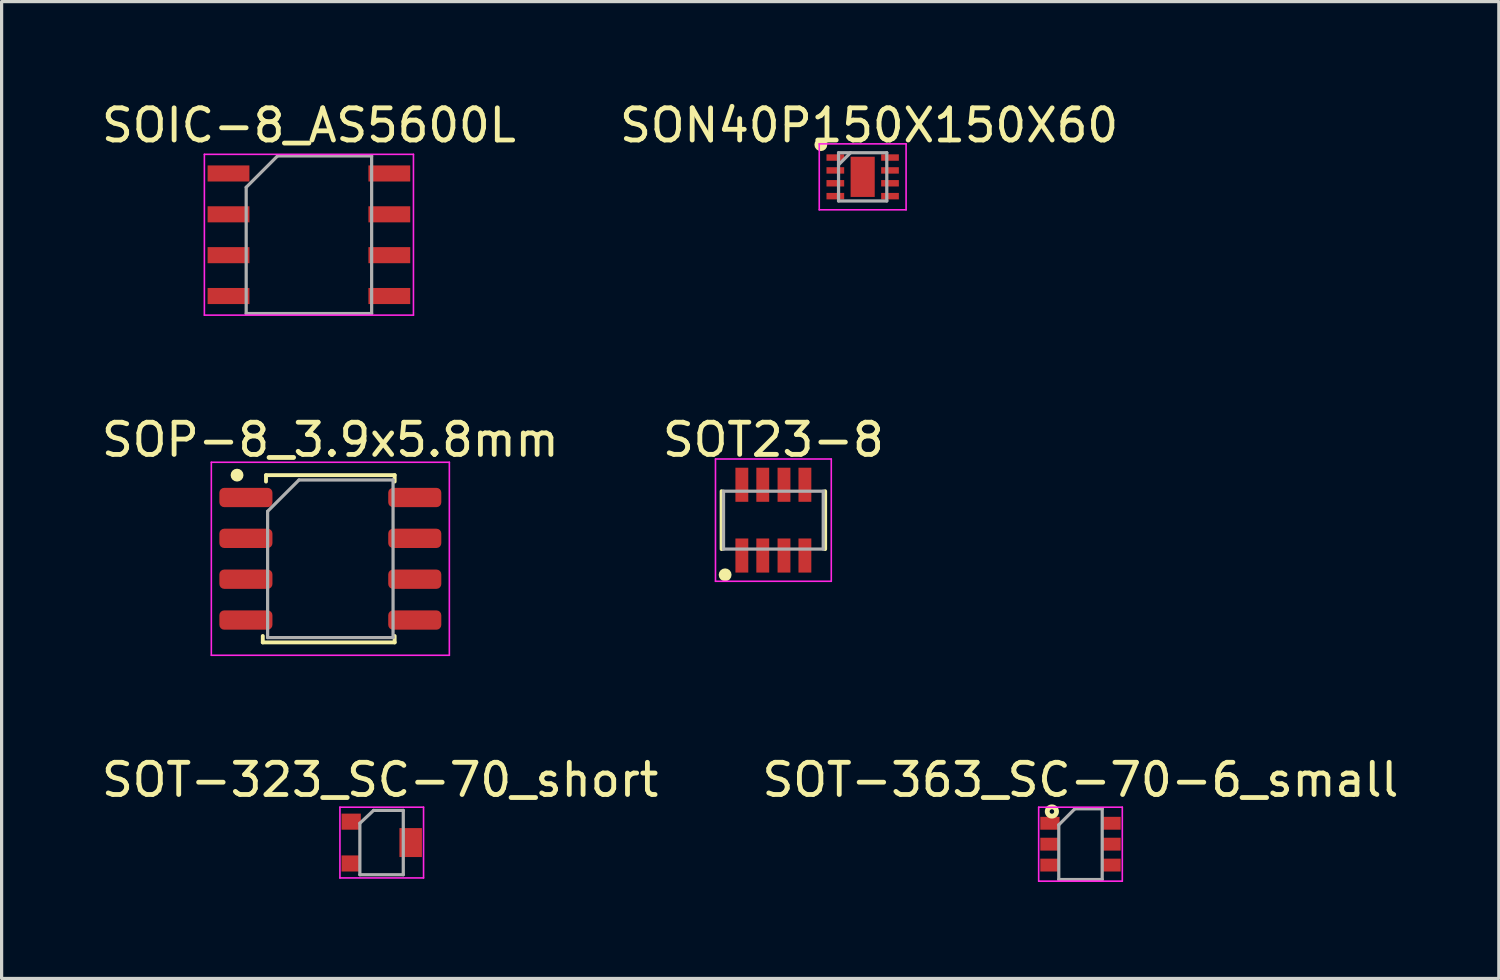
<source format=kicad_pcb>
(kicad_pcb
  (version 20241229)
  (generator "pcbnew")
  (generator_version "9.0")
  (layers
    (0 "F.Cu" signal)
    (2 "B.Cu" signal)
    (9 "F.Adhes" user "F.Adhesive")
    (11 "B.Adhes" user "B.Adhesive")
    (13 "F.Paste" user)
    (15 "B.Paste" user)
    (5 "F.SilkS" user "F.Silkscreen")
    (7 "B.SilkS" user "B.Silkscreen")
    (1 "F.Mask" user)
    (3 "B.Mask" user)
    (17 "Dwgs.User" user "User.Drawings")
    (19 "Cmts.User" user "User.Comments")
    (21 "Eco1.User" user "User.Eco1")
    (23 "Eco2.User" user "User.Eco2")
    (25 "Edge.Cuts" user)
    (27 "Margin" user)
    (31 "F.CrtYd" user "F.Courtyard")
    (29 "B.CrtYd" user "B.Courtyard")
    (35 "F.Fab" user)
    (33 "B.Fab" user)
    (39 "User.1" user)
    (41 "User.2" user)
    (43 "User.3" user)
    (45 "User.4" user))
  (footprint "SOP-8_3.9x5.8mm"
    (layer "F.Cu")
    (at 7.22 14.322)
    (property "Reference" "SOP-8_3.9x5.8mm" (at 0 -3.7 0) (layer "F.SilkS") (effects (font (size 1 1) (thickness 0.15))))
    (attr smd)
    (fp_line (start -2.1 2.4) (end -2.1 2.6) (stroke (width 0.12) (type solid)) (layer "F.SilkS"))
    (fp_line (start -2.1 2.6) (end 2 2.6) (stroke (width 0.12) (type solid)) (layer "F.SilkS"))
    (fp_line (start -2 -2.6) (end -2 -2.4) (stroke (width 0.12) (type solid)) (layer "F.SilkS"))
    (fp_line (start -2 -2.6) (end 2 -2.6) (stroke (width 0.12) (type solid)) (layer "F.SilkS"))
    (fp_line (start 2 -2.6) (end 2 -2.4) (stroke (width 0.12) (type solid)) (layer "F.SilkS"))
    (fp_line (start 2 2.6) (end 2 2.4) (stroke (width 0.12) (type solid)) (layer "F.SilkS"))
    (fp_circle (center -2.9 -2.6) (end -2.8 -2.6) (stroke (width 0.2) (type solid)) (fill no) (layer "F.SilkS"))
    (fp_line (start -3.7 -3) (end -3.7 3) (stroke (width 0.05) (type solid)) (layer "F.CrtYd"))
    (fp_line (start -3.7 3) (end 3.7 3) (stroke (width 0.05) (type solid)) (layer "F.CrtYd"))
    (fp_line (start 3.7 -3) (end -3.7 -3) (stroke (width 0.05) (type solid)) (layer "F.CrtYd"))
    (fp_line (start 3.7 3) (end 3.7 -3) (stroke (width 0.05) (type solid)) (layer "F.CrtYd"))
    (fp_line (start -1.95 -1.475) (end -0.975 -2.45) (stroke (width 0.1) (type solid)) (layer "F.Fab"))
    (fp_line (start -1.95 2.45) (end -1.95 -1.475) (stroke (width 0.1) (type solid)) (layer "F.Fab"))
    (fp_line (start -0.975 -2.45) (end 1.95 -2.45) (stroke (width 0.1) (type solid)) (layer "F.Fab"))
    (fp_line (start 1.95 -2.45) (end 1.95 2.45) (stroke (width 0.1) (type solid)) (layer "F.Fab"))
    (fp_line (start 1.95 2.45) (end -1.95 2.45) (stroke (width 0.1) (type solid)) (layer "F.Fab"))
    (pad "1" smd roundrect (at -2.625 -1.905) (size 1.65 0.6) (layers "F.Cu" "F.Mask" "F.Paste") (roundrect_rratio 0.25))
    (pad "2" smd roundrect (at -2.625 -0.635) (size 1.65 0.6) (layers "F.Cu" "F.Mask" "F.Paste") (roundrect_rratio 0.25))
    (pad "3" smd roundrect (at -2.625 0.635) (size 1.65 0.6) (layers "F.Cu" "F.Mask" "F.Paste") (roundrect_rratio 0.25))
    (pad "4" smd roundrect (at -2.625 1.905) (size 1.65 0.6) (layers "F.Cu" "F.Mask" "F.Paste") (roundrect_rratio 0.25))
    (pad "5" smd roundrect (at 2.625 1.905) (size 1.65 0.6) (layers "F.Cu" "F.Mask" "F.Paste") (roundrect_rratio 0.25))
    (pad "6" smd roundrect (at 2.625 0.635) (size 1.65 0.6) (layers "F.Cu" "F.Mask" "F.Paste") (roundrect_rratio 0.25))
    (pad "7" smd roundrect (at 2.625 -0.635) (size 1.65 0.6) (layers "F.Cu" "F.Mask" "F.Paste") (roundrect_rratio 0.25))
    (pad "8" smd roundrect (at 2.625 -1.905) (size 1.65 0.6) (layers "F.Cu" "F.Mask" "F.Paste") (roundrect_rratio 0.25)))
  (footprint "SON40P150X150X60"
    (layer "F.Cu")
    (at 23.77 2.448)
    (property "Reference" "SON40P150X150X60" (at 0.2 -1.6 0) (layer "F.SilkS") (effects (font (size 1 1) (thickness 0.15))))
    (attr smd)
    (fp_circle (center -1.3 -1) (end -1.2 -1) (stroke (width 0.2) (type solid)) (fill no) (layer "F.SilkS"))
    (fp_line (start -1.35 -1.025) (end 1.35 -1.025) (stroke (width 0.05) (type solid)) (layer "F.CrtYd"))
    (fp_line (start -1.35 1.025) (end -1.35 -1.025) (stroke (width 0.05) (type solid)) (layer "F.CrtYd"))
    (fp_line (start 1.35 -1.025) (end 1.35 1.025) (stroke (width 0.05) (type solid)) (layer "F.CrtYd"))
    (fp_line (start 1.35 1.025) (end -1.35 1.025) (stroke (width 0.05) (type solid)) (layer "F.CrtYd"))
    (fp_line (start -0.75 -0.75) (end 0.75 -0.75) (stroke (width 0.1) (type solid)) (layer "F.Fab"))
    (fp_line (start -0.75 -0.375) (end -0.375 -0.75) (stroke (width 0.1) (type solid)) (layer "F.Fab"))
    (fp_line (start -0.75 0.75) (end -0.75 -0.75) (stroke (width 0.1) (type solid)) (layer "F.Fab"))
    (fp_line (start 0.75 -0.75) (end 0.75 0.75) (stroke (width 0.1) (type solid)) (layer "F.Fab"))
    (fp_line (start 0.75 0.75) (end -0.75 0.75) (stroke (width 0.1) (type solid)) (layer "F.Fab"))
    (pad "1" smd rect (at -0.85 -0.6 90) (size 0.2 0.55) (layers "F.Cu" "F.Mask" "F.Paste"))
    (pad "2" smd rect (at -0.85 -0.2 90) (size 0.2 0.55) (layers "F.Cu" "F.Mask" "F.Paste"))
    (pad "3" smd rect (at -0.85 0.2 90) (size 0.2 0.55) (layers "F.Cu" "F.Mask" "F.Paste"))
    (pad "4" smd rect (at -0.85 0.6 90) (size 0.2 0.55) (layers "F.Cu" "F.Mask" "F.Paste"))
    (pad "5" smd rect (at 0.85 0.6 90) (size 0.2 0.55) (layers "F.Cu" "F.Mask" "F.Paste"))
    (pad "6" smd rect (at 0.85 0.2 90) (size 0.2 0.55) (layers "F.Cu" "F.Mask" "F.Paste"))
    (pad "7" smd rect (at 0.85 -0.2 90) (size 0.2 0.55) (layers "F.Cu" "F.Mask" "F.Paste"))
    (pad "8" smd rect (at 0.85 -0.6 90) (size 0.2 0.55) (layers "F.Cu" "F.Mask" "F.Paste"))
    (pad "9" smd rect (at 0 0) (size 0.75 1.25) (layers "F.Cu" "F.Mask" "F.Paste")))
  (footprint "SOT-363_SC-70-6_small"
    (layer "F.Cu")
    (at 30.542 23.195)
    (property "Reference" "SOT-363_SC-70-6_small" (at 0 -2 0) (layer "F.SilkS") (effects (font (size 1 1) (thickness 0.15))))
    (attr smd)
    (fp_circle (center -0.889 -1.016) (end -0.819 -1.016) (stroke (width 0.15) (type solid)) (fill no) (layer "F.SilkS"))
    (fp_line (start -1.3 -1.15) (end -1.3 1.15) (stroke (width 0.05) (type solid)) (layer "F.CrtYd"))
    (fp_line (start -1.3 -1.15) (end 1.3 -1.15) (stroke (width 0.05) (type solid)) (layer "F.CrtYd"))
    (fp_line (start -1.3 1.15) (end 1.3 1.15) (stroke (width 0.05) (type solid)) (layer "F.CrtYd"))
    (fp_line (start 1.3 1.15) (end 1.3 -1.15) (stroke (width 0.05) (type solid)) (layer "F.CrtYd"))
    (fp_line (start -0.675 -0.6) (end -0.675 1.1) (stroke (width 0.1) (type solid)) (layer "F.Fab"))
    (fp_line (start -0.175 -1.1) (end -0.675 -0.6) (stroke (width 0.1) (type solid)) (layer "F.Fab"))
    (fp_line (start 0.675 -1.1) (end -0.175 -1.1) (stroke (width 0.1) (type solid)) (layer "F.Fab"))
    (fp_line (start 0.675 -1.1) (end 0.675 1.1) (stroke (width 0.1) (type solid)) (layer "F.Fab"))
    (fp_line (start 0.675 1.1) (end -0.675 1.1) (stroke (width 0.1) (type solid)) (layer "F.Fab"))
    (pad "1" smd rect (at -0.95 -0.65) (size 0.6 0.4) (layers "F.Cu" "F.Mask" "F.Paste"))
    (pad "2" smd rect (at -0.95 0) (size 0.6 0.4) (layers "F.Cu" "F.Mask" "F.Paste"))
    (pad "3" smd rect (at -0.95 0.65) (size 0.6 0.4) (layers "F.Cu" "F.Mask" "F.Paste"))
    (pad "4" smd rect (at 0.95 0.65) (size 0.6 0.4) (layers "F.Cu" "F.Mask" "F.Paste"))
    (pad "5" smd rect (at 0.95 0) (size 0.6 0.4) (layers "F.Cu" "F.Mask" "F.Paste"))
    (pad "6" smd rect (at 0.95 -0.65) (size 0.6 0.4) (layers "F.Cu" "F.Mask" "F.Paste")))
  (footprint "SOT23-8"
    (layer "F.Cu")
    (at 20.994 13.121)
    (property "Reference" "SOT23-8" (at 0 -2.5 0) (layer "F.SilkS") (effects (font (size 1 1) (thickness 0.15))))
    (attr smd)
    (fp_line (start -1.61 -0.9) (end -1.61 0.9) (stroke (width 0.12) (type solid)) (layer "F.SilkS"))
    (fp_line (start 1.61 0.9) (end 1.61 -0.9) (stroke (width 0.12) (type solid)) (layer "F.SilkS"))
    (fp_circle (center -1.5 1.7) (end -1.4 1.7) (stroke (width 0.2) (type solid)) (fill no) (layer "F.SilkS"))
    (fp_line (start -1.8 -1.9) (end -1.8 1.9) (stroke (width 0.05) (type solid)) (layer "F.CrtYd"))
    (fp_line (start -1.8 1.9) (end 1.8 1.9) (stroke (width 0.05) (type solid)) (layer "F.CrtYd"))
    (fp_line (start 1.8 -1.9) (end -1.8 -1.9) (stroke (width 0.05) (type solid)) (layer "F.CrtYd"))
    (fp_line (start 1.8 1.9) (end 1.8 -1.9) (stroke (width 0.05) (type solid)) (layer "F.CrtYd"))
    (fp_line (start -1.55 -0.9) (end -1.55 0.9) (stroke (width 0.1) (type solid)) (layer "F.Fab"))
    (fp_line (start -1.55 -0.9) (end 1.55 -0.9) (stroke (width 0.1) (type solid)) (layer "F.Fab"))
    (fp_line (start -1.55 0.9) (end 1.55 0.9) (stroke (width 0.1) (type solid)) (layer "F.Fab"))
    (fp_line (start 1.55 -0.9) (end 1.55 0.9) (stroke (width 0.1) (type solid)) (layer "F.Fab"))
    (pad "1" smd rect (at -0.98 1.1 90) (size 1.06 0.4) (layers "F.Cu" "F.Mask" "F.Paste"))
    (pad "2" smd rect (at -0.33 1.1 90) (size 1.06 0.4) (layers "F.Cu" "F.Mask" "F.Paste"))
    (pad "3" smd rect (at 0.33 1.1 90) (size 1.06 0.4) (layers "F.Cu" "F.Mask" "F.Paste"))
    (pad "4" smd rect (at 0.98 1.1 90) (size 1.06 0.4) (layers "F.Cu" "F.Mask" "F.Paste"))
    (pad "5" smd rect (at 0.98 -1.1 90) (size 1.06 0.4) (layers "F.Cu" "F.Mask" "F.Paste"))
    (pad "6" smd rect (at 0.33 -1.1 90) (size 1.06 0.4) (layers "F.Cu" "F.Mask" "F.Paste"))
    (pad "7" smd rect (at -0.33 -1.1 90) (size 1.06 0.4) (layers "F.Cu" "F.Mask" "F.Paste"))
    (pad "8" smd rect (at -0.98 -1.1 90) (size 1.06 0.4) (layers "F.Cu" "F.Mask" "F.Paste")))
  (footprint "SOT-323_SC-70_short"
    (layer "F.Cu")
    (at 8.818 23.145)
    (property "Reference" "SOT-323_SC-70_short" (at -0.05 -1.95 0) (layer "F.SilkS") (effects (font (size 1 1) (thickness 0.15))))
    (attr smd)
    (fp_line (start -1.3 -1.1) (end 1.3 -1.1) (stroke (width 0.05) (type solid)) (layer "F.CrtYd"))
    (fp_line (start -1.3 1.1) (end -1.3 -1.1) (stroke (width 0.05) (type solid)) (layer "F.CrtYd"))
    (fp_line (start 1.3 -1.1) (end 1.3 1.1) (stroke (width 0.05) (type solid)) (layer "F.CrtYd"))
    (fp_line (start 1.3 1.1) (end -1.3 1.1) (stroke (width 0.05) (type solid)) (layer "F.CrtYd"))
    (fp_line (start -0.68 -0.6) (end -0.68 1) (stroke (width 0.1) (type solid)) (layer "F.Fab"))
    (fp_line (start -0.254 -1) (end -0.68 -0.6) (stroke (width 0.1) (type solid)) (layer "F.Fab"))
    (fp_line (start 0.67 -1) (end -0.254 -1) (stroke (width 0.1) (type solid)) (layer "F.Fab"))
    (fp_line (start 0.67 -1) (end 0.67 1) (stroke (width 0.1) (type solid)) (layer "F.Fab"))
    (fp_line (start 0.67 1) (end -0.68 1) (stroke (width 0.1) (type solid)) (layer "F.Fab"))
    (pad "1" smd rect (at -0.95 -0.65 270) (size 0.5 0.6) (layers "F.Cu" "F.Mask" "F.Paste"))
    (pad "2" smd rect (at -0.95 0.65 270) (size 0.5 0.6) (layers "F.Cu" "F.Mask" "F.Paste"))
    (pad "3" smd rect (at 0.9 0 270) (size 0.9 0.7) (layers "F.Cu" "F.Mask" "F.Paste")))
  (footprint "SOIC-8_AS5600L"
    (layer "F.Cu")
    (at 6.554 4.248)
    (property "Reference" "SOIC-8_AS5600L" (at 0 -3.4 0) (layer "F.SilkS") (effects (font (size 1 1) (thickness 0.15))))
    (attr smd)
    (fp_line (start -3.25 -2.5) (end -3.25 2.5) (stroke (width 0.05) (type solid)) (layer "F.CrtYd"))
    (fp_line (start -3.25 2.5) (end 3.25 2.5) (stroke (width 0.05) (type solid)) (layer "F.CrtYd"))
    (fp_line (start 3.25 -2.5) (end -3.25 -2.5) (stroke (width 0.05) (type solid)) (layer "F.CrtYd"))
    (fp_line (start 3.25 2.5) (end 3.25 -2.5) (stroke (width 0.05) (type solid)) (layer "F.CrtYd"))
    (fp_line (start -1.95 -1.475) (end -0.975 -2.45) (stroke (width 0.1) (type solid)) (layer "F.Fab"))
    (fp_line (start -1.95 2.45) (end -1.95 -1.475) (stroke (width 0.1) (type solid)) (layer "F.Fab"))
    (fp_line (start -0.975 -2.45) (end 1.95 -2.45) (stroke (width 0.1) (type solid)) (layer "F.Fab"))
    (fp_line (start 1.95 -2.45) (end 1.95 2.45) (stroke (width 0.1) (type solid)) (layer "F.Fab"))
    (fp_line (start 1.95 2.45) (end -1.95 2.45) (stroke (width 0.1) (type solid)) (layer "F.Fab"))
    (pad "1" smd rect (at -2.5 -1.905) (size 1.3 0.5) (layers "F.Cu" "F.Mask" "F.Paste"))
    (pad "2" smd rect (at -2.5 -0.635) (size 1.3 0.5) (layers "F.Cu" "F.Mask" "F.Paste"))
    (pad "3" smd rect (at -2.5 0.635) (size 1.3 0.5) (layers "F.Cu" "F.Mask" "F.Paste"))
    (pad "4" smd rect (at -2.5 1.905) (size 1.3 0.5) (layers "F.Cu" "F.Mask" "F.Paste"))
    (pad "5" smd rect (at 2.5 1.905) (size 1.3 0.5) (layers "F.Cu" "F.Mask" "F.Paste"))
    (pad "6" smd rect (at 2.5 0.635) (size 1.3 0.5) (layers "F.Cu" "F.Mask" "F.Paste"))
    (pad "7" smd rect (at 2.5 -0.635) (size 1.3 0.5) (layers "F.Cu" "F.Mask" "F.Paste"))
    (pad "8" smd rect (at 2.5 -1.905) (size 1.3 0.5) (layers "F.Cu" "F.Mask" "F.Paste")))
  (gr_rect
    (start -3 -3)
    (end 43.548 27.37)
    (stroke (width 0.1) (type default))
    (fill no)
    (layer "Edge.Cuts")))
</source>
